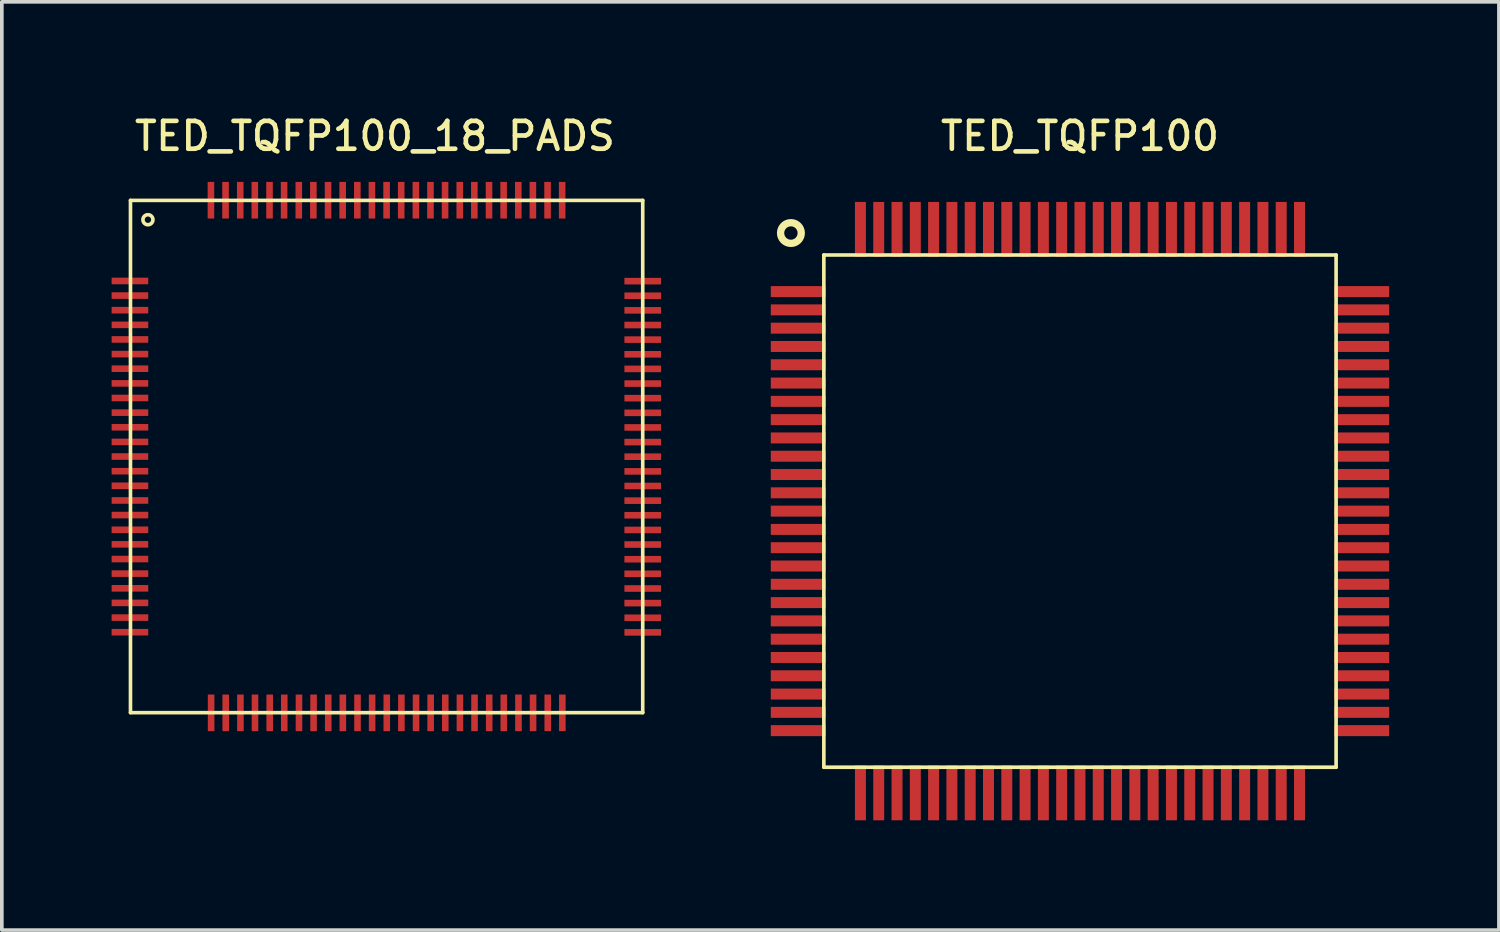
<source format=kicad_pcb>
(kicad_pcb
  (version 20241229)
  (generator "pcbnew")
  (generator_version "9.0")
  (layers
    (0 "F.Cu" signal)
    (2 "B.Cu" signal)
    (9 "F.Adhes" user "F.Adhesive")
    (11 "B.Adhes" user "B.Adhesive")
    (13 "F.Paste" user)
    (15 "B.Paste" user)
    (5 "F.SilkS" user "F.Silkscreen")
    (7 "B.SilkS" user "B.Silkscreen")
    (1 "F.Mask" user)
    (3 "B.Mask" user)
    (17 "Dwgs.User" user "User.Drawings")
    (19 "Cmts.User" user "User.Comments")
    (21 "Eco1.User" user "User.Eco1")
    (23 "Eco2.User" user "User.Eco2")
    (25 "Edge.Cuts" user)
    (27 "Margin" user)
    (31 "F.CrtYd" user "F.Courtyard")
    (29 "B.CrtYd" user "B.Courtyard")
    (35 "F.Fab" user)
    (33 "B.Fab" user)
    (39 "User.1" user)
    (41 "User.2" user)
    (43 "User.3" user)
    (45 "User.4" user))
  (footprint "TED_TQFP100"
    (layer "F.Cu")
    (at 26.466 10.919)
    (property "Reference" "TED_TQFP100" (at 0 -10.25 0) (layer "F.SilkS") (effects (font (size 0.762 0.762) (thickness 0.127))))
    (attr smd)
    (fp_line (start -7 -7) (end 7 -7) (stroke (width 0.099) (type solid)) (layer "F.SilkS"))
    (fp_line (start -7 7) (end -7 -7) (stroke (width 0.099) (type solid)) (layer "F.SilkS"))
    (fp_line (start 7 -7) (end 7 7) (stroke (width 0.099) (type solid)) (layer "F.SilkS"))
    (fp_line (start 7 7) (end -7 7) (stroke (width 0.099) (type solid)) (layer "F.SilkS"))
    (fp_circle (center -7.9 -7.6) (end -7.7 -7.4) (stroke (width 0.2) (type solid)) (fill no) (layer "F.SilkS"))
    (pad "1" smd rect (at -7.7 -6) (size 1.5 0.3) (layers "F.Cu" "F.Mask" "F.Paste"))
    (pad "2" smd rect (at -7.7 -5.5) (size 1.5 0.3) (layers "F.Cu" "F.Mask" "F.Paste"))
    (pad "3" smd rect (at -7.7 -5) (size 1.5 0.3) (layers "F.Cu" "F.Mask" "F.Paste"))
    (pad "4" smd rect (at -7.7 -4.5) (size 1.5 0.3) (layers "F.Cu" "F.Mask" "F.Paste"))
    (pad "5" smd rect (at -7.7 -4) (size 1.5 0.3) (layers "F.Cu" "F.Mask" "F.Paste"))
    (pad "6" smd rect (at -7.7 -3.5) (size 1.5 0.3) (layers "F.Cu" "F.Mask" "F.Paste"))
    (pad "7" smd rect (at -7.7 -3) (size 1.5 0.3) (layers "F.Cu" "F.Mask" "F.Paste"))
    (pad "8" smd rect (at -7.7 -2.5) (size 1.5 0.3) (layers "F.Cu" "F.Mask" "F.Paste"))
    (pad "9" smd rect (at -7.7 -2) (size 1.5 0.3) (layers "F.Cu" "F.Mask" "F.Paste"))
    (pad "10" smd rect (at -7.7 -1.5) (size 1.5 0.3) (layers "F.Cu" "F.Mask" "F.Paste"))
    (pad "11" smd rect (at -7.7 -1) (size 1.5 0.3) (layers "F.Cu" "F.Mask" "F.Paste"))
    (pad "12" smd rect (at -7.7 -0.5) (size 1.5 0.3) (layers "F.Cu" "F.Mask" "F.Paste"))
    (pad "13" smd rect (at -7.7 0) (size 1.5 0.3) (layers "F.Cu" "F.Mask" "F.Paste"))
    (pad "14" smd rect (at -7.7 0.5) (size 1.5 0.3) (layers "F.Cu" "F.Mask" "F.Paste"))
    (pad "15" smd rect (at -7.7 1) (size 1.5 0.3) (layers "F.Cu" "F.Mask" "F.Paste"))
    (pad "16" smd rect (at -7.7 1.5) (size 1.5 0.3) (layers "F.Cu" "F.Mask" "F.Paste"))
    (pad "17" smd rect (at -7.7 2) (size 1.5 0.3) (layers "F.Cu" "F.Mask" "F.Paste"))
    (pad "18" smd rect (at -7.7 2.5) (size 1.5 0.3) (layers "F.Cu" "F.Mask" "F.Paste"))
    (pad "19" smd rect (at -7.7 3) (size 1.5 0.3) (layers "F.Cu" "F.Mask" "F.Paste"))
    (pad "20" smd rect (at -7.7 3.5) (size 1.5 0.3) (layers "F.Cu" "F.Mask" "F.Paste"))
    (pad "21" smd rect (at -7.7 4) (size 1.5 0.3) (layers "F.Cu" "F.Mask" "F.Paste"))
    (pad "22" smd rect (at -7.7 4.5) (size 1.5 0.3) (layers "F.Cu" "F.Mask" "F.Paste"))
    (pad "23" smd rect (at -7.7 5) (size 1.5 0.3) (layers "F.Cu" "F.Mask" "F.Paste"))
    (pad "24" smd rect (at -7.7 5.5) (size 1.5 0.3) (layers "F.Cu" "F.Mask" "F.Paste"))
    (pad "25" smd rect (at -7.7 6) (size 1.5 0.3) (layers "F.Cu" "F.Mask" "F.Paste"))
    (pad "26" smd rect (at -6 7.7) (size 0.3 1.5) (layers "F.Cu" "F.Mask" "F.Paste"))
    (pad "27" smd rect (at -5.5 7.7) (size 0.3 1.5) (layers "F.Cu" "F.Mask" "F.Paste"))
    (pad "28" smd rect (at -5 7.7) (size 0.3 1.5) (layers "F.Cu" "F.Mask" "F.Paste"))
    (pad "29" smd rect (at -4.5 7.7) (size 0.3 1.5) (layers "F.Cu" "F.Mask" "F.Paste"))
    (pad "30" smd rect (at -4 7.7) (size 0.3 1.5) (layers "F.Cu" "F.Mask" "F.Paste"))
    (pad "31" smd rect (at -3.5 7.7) (size 0.3 1.5) (layers "F.Cu" "F.Mask" "F.Paste"))
    (pad "32" smd rect (at -3 7.7) (size 0.3 1.5) (layers "F.Cu" "F.Mask" "F.Paste"))
    (pad "33" smd rect (at -2.5 7.7) (size 0.3 1.5) (layers "F.Cu" "F.Mask" "F.Paste"))
    (pad "34" smd rect (at -2 7.7) (size 0.3 1.5) (layers "F.Cu" "F.Mask" "F.Paste"))
    (pad "35" smd rect (at -1.5 7.7) (size 0.3 1.5) (layers "F.Cu" "F.Mask" "F.Paste"))
    (pad "36" smd rect (at -1 7.7) (size 0.3 1.5) (layers "F.Cu" "F.Mask" "F.Paste"))
    (pad "37" smd rect (at -0.5 7.7) (size 0.3 1.5) (layers "F.Cu" "F.Mask" "F.Paste"))
    (pad "38" smd rect (at 0 7.7) (size 0.3 1.5) (layers "F.Cu" "F.Mask" "F.Paste"))
    (pad "39" smd rect (at 0.5 7.7) (size 0.3 1.5) (layers "F.Cu" "F.Mask" "F.Paste"))
    (pad "40" smd rect (at 1 7.7) (size 0.3 1.5) (layers "F.Cu" "F.Mask" "F.Paste"))
    (pad "41" smd rect (at 1.5 7.7) (size 0.3 1.5) (layers "F.Cu" "F.Mask" "F.Paste"))
    (pad "42" smd rect (at 2 7.7) (size 0.3 1.5) (layers "F.Cu" "F.Mask" "F.Paste"))
    (pad "43" smd rect (at 2.5 7.7) (size 0.3 1.5) (layers "F.Cu" "F.Mask" "F.Paste"))
    (pad "44" smd rect (at 3 7.7) (size 0.3 1.5) (layers "F.Cu" "F.Mask" "F.Paste"))
    (pad "45" smd rect (at 3.5 7.7) (size 0.3 1.5) (layers "F.Cu" "F.Mask" "F.Paste"))
    (pad "46" smd rect (at 4 7.7) (size 0.3 1.5) (layers "F.Cu" "F.Mask" "F.Paste"))
    (pad "47" smd rect (at 4.5 7.7) (size 0.3 1.5) (layers "F.Cu" "F.Mask" "F.Paste"))
    (pad "48" smd rect (at 5 7.7) (size 0.3 1.5) (layers "F.Cu" "F.Mask" "F.Paste"))
    (pad "49" smd rect (at 5.5 7.7) (size 0.3 1.5) (layers "F.Cu" "F.Mask" "F.Paste"))
    (pad "50" smd rect (at 6 7.7) (size 0.3 1.5) (layers "F.Cu" "F.Mask" "F.Paste"))
    (pad "51" smd rect (at 7.7 6) (size 1.5 0.3) (layers "F.Cu" "F.Mask" "F.Paste"))
    (pad "52" smd rect (at 7.7 5.5) (size 1.5 0.3) (layers "F.Cu" "F.Mask" "F.Paste"))
    (pad "53" smd rect (at 7.7 5) (size 1.5 0.3) (layers "F.Cu" "F.Mask" "F.Paste"))
    (pad "54" smd rect (at 7.7 4.5) (size 1.5 0.3) (layers "F.Cu" "F.Mask" "F.Paste"))
    (pad "55" smd rect (at 7.7 4) (size 1.5 0.3) (layers "F.Cu" "F.Mask" "F.Paste"))
    (pad "56" smd rect (at 7.7 3.5) (size 1.5 0.3) (layers "F.Cu" "F.Mask" "F.Paste"))
    (pad "57" smd rect (at 7.7 3) (size 1.5 0.3) (layers "F.Cu" "F.Mask" "F.Paste"))
    (pad "58" smd rect (at 7.7 2.5) (size 1.5 0.3) (layers "F.Cu" "F.Mask" "F.Paste"))
    (pad "59" smd rect (at 7.7 2) (size 1.5 0.3) (layers "F.Cu" "F.Mask" "F.Paste"))
    (pad "60" smd rect (at 7.7 1.5) (size 1.5 0.3) (layers "F.Cu" "F.Mask" "F.Paste"))
    (pad "61" smd rect (at 7.7 1) (size 1.5 0.3) (layers "F.Cu" "F.Mask" "F.Paste"))
    (pad "62" smd rect (at 7.7 0.5) (size 1.5 0.3) (layers "F.Cu" "F.Mask" "F.Paste"))
    (pad "63" smd rect (at 7.7 0) (size 1.5 0.3) (layers "F.Cu" "F.Mask" "F.Paste"))
    (pad "64" smd rect (at 7.7 -0.5) (size 1.5 0.3) (layers "F.Cu" "F.Mask" "F.Paste"))
    (pad "65" smd rect (at 7.7 -1) (size 1.5 0.3) (layers "F.Cu" "F.Mask" "F.Paste"))
    (pad "66" smd rect (at 7.7 -1.5) (size 1.5 0.3) (layers "F.Cu" "F.Mask" "F.Paste"))
    (pad "67" smd rect (at 7.7 -2) (size 1.5 0.3) (layers "F.Cu" "F.Mask" "F.Paste"))
    (pad "68" smd rect (at 7.7 -2.5) (size 1.5 0.3) (layers "F.Cu" "F.Mask" "F.Paste"))
    (pad "69" smd rect (at 7.7 -3) (size 1.5 0.3) (layers "F.Cu" "F.Mask" "F.Paste"))
    (pad "70" smd rect (at 7.7 -3.5) (size 1.5 0.3) (layers "F.Cu" "F.Mask" "F.Paste"))
    (pad "71" smd rect (at 7.7 -4) (size 1.5 0.3) (layers "F.Cu" "F.Mask" "F.Paste"))
    (pad "72" smd rect (at 7.7 -4.5) (size 1.5 0.3) (layers "F.Cu" "F.Mask" "F.Paste"))
    (pad "73" smd rect (at 7.7 -5) (size 1.5 0.3) (layers "F.Cu" "F.Mask" "F.Paste"))
    (pad "74" smd rect (at 7.7 -5.5) (size 1.5 0.3) (layers "F.Cu" "F.Mask" "F.Paste"))
    (pad "75" smd rect (at 7.7 -6) (size 1.5 0.3) (layers "F.Cu" "F.Mask" "F.Paste"))
    (pad "76" smd rect (at 6 -7.7) (size 0.3 1.5) (layers "F.Cu" "F.Mask" "F.Paste"))
    (pad "77" smd rect (at 5.5 -7.7) (size 0.3 1.5) (layers "F.Cu" "F.Mask" "F.Paste"))
    (pad "78" smd rect (at 5 -7.7) (size 0.3 1.5) (layers "F.Cu" "F.Mask" "F.Paste"))
    (pad "79" smd rect (at 4.5 -7.7) (size 0.3 1.5) (layers "F.Cu" "F.Mask" "F.Paste"))
    (pad "80" smd rect (at 4 -7.7) (size 0.3 1.5) (layers "F.Cu" "F.Mask" "F.Paste"))
    (pad "81" smd rect (at 3.5 -7.7) (size 0.3 1.5) (layers "F.Cu" "F.Mask" "F.Paste"))
    (pad "82" smd rect (at 3 -7.7) (size 0.3 1.5) (layers "F.Cu" "F.Mask" "F.Paste"))
    (pad "83" smd rect (at 2.5 -7.7) (size 0.3 1.5) (layers "F.Cu" "F.Mask" "F.Paste"))
    (pad "84" smd rect (at 2 -7.7) (size 0.3 1.5) (layers "F.Cu" "F.Mask" "F.Paste"))
    (pad "85" smd rect (at 1.5 -7.7) (size 0.3 1.5) (layers "F.Cu" "F.Mask" "F.Paste"))
    (pad "86" smd rect (at 1 -7.7) (size 0.3 1.5) (layers "F.Cu" "F.Mask" "F.Paste"))
    (pad "87" smd rect (at 0.5 -7.7) (size 0.3 1.5) (layers "F.Cu" "F.Mask" "F.Paste"))
    (pad "88" smd rect (at 0 -7.7) (size 0.3 1.5) (layers "F.Cu" "F.Mask" "F.Paste"))
    (pad "89" smd rect (at -0.5 -7.7) (size 0.3 1.5) (layers "F.Cu" "F.Mask" "F.Paste"))
    (pad "90" smd rect (at -1 -7.7) (size 0.3 1.5) (layers "F.Cu" "F.Mask" "F.Paste"))
    (pad "91" smd rect (at -1.5 -7.7) (size 0.3 1.5) (layers "F.Cu" "F.Mask" "F.Paste"))
    (pad "92" smd rect (at -2 -7.7) (size 0.3 1.5) (layers "F.Cu" "F.Mask" "F.Paste"))
    (pad "93" smd rect (at -2.5 -7.7) (size 0.3 1.5) (layers "F.Cu" "F.Mask" "F.Paste"))
    (pad "94" smd rect (at -3 -7.7) (size 0.3 1.5) (layers "F.Cu" "F.Mask" "F.Paste"))
    (pad "95" smd rect (at -3.5 -7.7) (size 0.3 1.5) (layers "F.Cu" "F.Mask" "F.Paste"))
    (pad "96" smd rect (at -4 -7.7) (size 0.3 1.5) (layers "F.Cu" "F.Mask" "F.Paste"))
    (pad "97" smd rect (at -4.5 -7.7) (size 0.3 1.5) (layers "F.Cu" "F.Mask" "F.Paste"))
    (pad "98" smd rect (at -5 -7.7) (size 0.3 1.5) (layers "F.Cu" "F.Mask" "F.Paste"))
    (pad "99" smd rect (at -5.5 -7.7) (size 0.3 1.5) (layers "F.Cu" "F.Mask" "F.Paste"))
    (pad "100" smd rect (at -6 -7.7) (size 0.3 1.5) (layers "F.Cu" "F.Mask" "F.Paste")))
  (footprint "TED_TQFP100_18_PADS"
    (layer "F.Cu")
    (at 7.516 9.427)
    (property "Reference" "TED_TQFP100_18_PADS" (at -0.32 -8.758 0) (layer "F.SilkS") (effects (font (size 0.762 0.762) (thickness 0.127))))
    (attr smd)
    (fp_line (start -7 -7) (end 7 -7) (stroke (width 0.099) (type solid)) (layer "F.SilkS"))
    (fp_line (start -7 7) (end -7 -7) (stroke (width 0.099) (type solid)) (layer "F.SilkS"))
    (fp_line (start 7 -7) (end 7 7) (stroke (width 0.099) (type solid)) (layer "F.SilkS"))
    (fp_line (start 7 7) (end -7 7) (stroke (width 0.099) (type solid)) (layer "F.SilkS"))
    (fp_circle (center -6.523 -6.472) (end -6.472 -6.345) (stroke (width 0.099) (type solid)) (fill no) (layer "F.SilkS"))
    (pad "1" smd rect (at -7.015 -4.798 90) (size 0.18 1.001) (layers "F.Cu" "F.Mask" "F.Paste"))
    (pad "2" smd rect (at -7.015 -4.399 90) (size 0.18 1.001) (layers "F.Cu" "F.Mask" "F.Paste"))
    (pad "3" smd rect (at -7.015 -4 90) (size 0.18 1.001) (layers "F.Cu" "F.Mask" "F.Paste"))
    (pad "4" smd rect (at -7.015 -3.599 90) (size 0.18 1.001) (layers "F.Cu" "F.Mask" "F.Paste"))
    (pad "5" smd rect (at -7.015 -3.2 90) (size 0.18 1.001) (layers "F.Cu" "F.Mask" "F.Paste"))
    (pad "6" smd rect (at -7.015 -2.799 90) (size 0.18 1.001) (layers "F.Cu" "F.Mask" "F.Paste"))
    (pad "7" smd rect (at -7.015 -2.4 90) (size 0.18 1.001) (layers "F.Cu" "F.Mask" "F.Paste"))
    (pad "8" smd rect (at -7.015 -1.999 90) (size 0.18 1.001) (layers "F.Cu" "F.Mask" "F.Paste"))
    (pad "9" smd rect (at -7.015 -1.6 90) (size 0.18 1.001) (layers "F.Cu" "F.Mask" "F.Paste"))
    (pad "10" smd rect (at -7.015 -1.199 90) (size 0.18 1.001) (layers "F.Cu" "F.Mask" "F.Paste"))
    (pad "11" smd rect (at -7.015 -0.8 90) (size 0.18 1.001) (layers "F.Cu" "F.Mask" "F.Paste"))
    (pad "12" smd rect (at -7.015 -0.399 90) (size 0.18 1.001) (layers "F.Cu" "F.Mask" "F.Paste"))
    (pad "13" smd rect (at -7.015 0 90) (size 0.18 1.001) (layers "F.Cu" "F.Mask" "F.Paste"))
    (pad "14" smd rect (at -7.015 0.401 90) (size 0.18 1.001) (layers "F.Cu" "F.Mask" "F.Paste"))
    (pad "15" smd rect (at -7.015 0.8 90) (size 0.18 1.001) (layers "F.Cu" "F.Mask" "F.Paste"))
    (pad "16" smd rect (at -7.015 1.201 90) (size 0.18 1.001) (layers "F.Cu" "F.Mask" "F.Paste"))
    (pad "17" smd rect (at -7.015 1.6 90) (size 0.18 1.001) (layers "F.Cu" "F.Mask" "F.Paste"))
    (pad "18" smd rect (at -7.015 2.002 90) (size 0.18 1.001) (layers "F.Cu" "F.Mask" "F.Paste"))
    (pad "19" smd rect (at -7.015 2.4 90) (size 0.18 1.001) (layers "F.Cu" "F.Mask" "F.Paste"))
    (pad "20" smd rect (at -7.015 2.802 90) (size 0.18 1.001) (layers "F.Cu" "F.Mask" "F.Paste"))
    (pad "21" smd rect (at -7.015 3.2 90) (size 0.18 1.001) (layers "F.Cu" "F.Mask" "F.Paste"))
    (pad "22" smd rect (at -7.015 3.602 90) (size 0.18 1.001) (layers "F.Cu" "F.Mask" "F.Paste"))
    (pad "23" smd rect (at -7.015 4 90) (size 0.18 1.001) (layers "F.Cu" "F.Mask" "F.Paste"))
    (pad "24" smd rect (at -7.015 4.402 90) (size 0.18 1.001) (layers "F.Cu" "F.Mask" "F.Paste"))
    (pad "25" smd rect (at -7.015 4.801 90) (size 0.18 1.001) (layers "F.Cu" "F.Mask" "F.Paste"))
    (pad "26" smd rect (at -4.796 7.005 180) (size 0.18 1.001) (layers "F.Cu" "F.Mask" "F.Paste"))
    (pad "27" smd rect (at -4.397 7.005 180) (size 0.18 1.001) (layers "F.Cu" "F.Mask" "F.Paste"))
    (pad "28" smd rect (at -3.995 7.005 180) (size 0.18 1.001) (layers "F.Cu" "F.Mask" "F.Paste"))
    (pad "29" smd rect (at -3.597 7.005 180) (size 0.18 1.001) (layers "F.Cu" "F.Mask" "F.Paste"))
    (pad "30" smd rect (at -3.195 7.005 180) (size 0.18 1.001) (layers "F.Cu" "F.Mask" "F.Paste"))
    (pad "31" smd rect (at -2.797 7.005 180) (size 0.18 1.001) (layers "F.Cu" "F.Mask" "F.Paste"))
    (pad "32" smd rect (at -2.395 7.005 180) (size 0.18 1.001) (layers "F.Cu" "F.Mask" "F.Paste"))
    (pad "33" smd rect (at -1.996 7.005 180) (size 0.18 1.001) (layers "F.Cu" "F.Mask" "F.Paste"))
    (pad "34" smd rect (at -1.595 7.005 180) (size 0.18 1.001) (layers "F.Cu" "F.Mask" "F.Paste"))
    (pad "35" smd rect (at -1.196 7.005 180) (size 0.18 1.001) (layers "F.Cu" "F.Mask" "F.Paste"))
    (pad "36" smd rect (at -0.795 7.005 180) (size 0.18 1.001) (layers "F.Cu" "F.Mask" "F.Paste"))
    (pad "37" smd rect (at -0.396 7.005 180) (size 0.18 1.001) (layers "F.Cu" "F.Mask" "F.Paste"))
    (pad "38" smd rect (at 0.005 7.005 180) (size 0.18 1.001) (layers "F.Cu" "F.Mask" "F.Paste"))
    (pad "39" smd rect (at 0.404 7.005 180) (size 0.18 1.001) (layers "F.Cu" "F.Mask" "F.Paste"))
    (pad "40" smd rect (at 0.805 7.005 180) (size 0.18 1.001) (layers "F.Cu" "F.Mask" "F.Paste"))
    (pad "41" smd rect (at 1.204 7.005 180) (size 0.18 1.001) (layers "F.Cu" "F.Mask" "F.Paste"))
    (pad "42" smd rect (at 1.603 7.005 180) (size 0.18 1.001) (layers "F.Cu" "F.Mask" "F.Paste"))
    (pad "43" smd rect (at 2.004 7.005 180) (size 0.18 1.001) (layers "F.Cu" "F.Mask" "F.Paste"))
    (pad "44" smd rect (at 2.403 7.005 180) (size 0.18 1.001) (layers "F.Cu" "F.Mask" "F.Paste"))
    (pad "45" smd rect (at 2.804 7.005 180) (size 0.18 1.001) (layers "F.Cu" "F.Mask" "F.Paste"))
    (pad "46" smd rect (at 3.203 7.005 180) (size 0.18 1.001) (layers "F.Cu" "F.Mask" "F.Paste"))
    (pad "47" smd rect (at 3.604 7.005 180) (size 0.18 1.001) (layers "F.Cu" "F.Mask" "F.Paste"))
    (pad "48" smd rect (at 4.003 7.005 180) (size 0.18 1.001) (layers "F.Cu" "F.Mask" "F.Paste"))
    (pad "49" smd rect (at 4.404 7.005 180) (size 0.18 1.001) (layers "F.Cu" "F.Mask" "F.Paste"))
    (pad "50" smd rect (at 4.803 7.005 180) (size 0.18 1.001) (layers "F.Cu" "F.Mask" "F.Paste"))
    (pad "51" smd rect (at 7 4.806 90) (size 0.18 1.001) (layers "F.Cu" "F.Mask" "F.Paste"))
    (pad "52" smd rect (at 7 4.407 90) (size 0.18 1.001) (layers "F.Cu" "F.Mask" "F.Paste"))
    (pad "53" smd rect (at 7 4.006 90) (size 0.18 1.001) (layers "F.Cu" "F.Mask" "F.Paste"))
    (pad "54" smd rect (at 7 3.607 90) (size 0.18 1.001) (layers "F.Cu" "F.Mask" "F.Paste"))
    (pad "55" smd rect (at 7 3.205 90) (size 0.18 1.001) (layers "F.Cu" "F.Mask" "F.Paste"))
    (pad "56" smd rect (at 7 2.807 90) (size 0.18 1.001) (layers "F.Cu" "F.Mask" "F.Paste"))
    (pad "57" smd rect (at 7 2.405 90) (size 0.18 1.001) (layers "F.Cu" "F.Mask" "F.Paste"))
    (pad "58" smd rect (at 7 2.007 90) (size 0.18 1.001) (layers "F.Cu" "F.Mask" "F.Paste"))
    (pad "59" smd rect (at 7 1.605 90) (size 0.18 1.001) (layers "F.Cu" "F.Mask" "F.Paste"))
    (pad "60" smd rect (at 7 1.206 90) (size 0.18 1.001) (layers "F.Cu" "F.Mask" "F.Paste"))
    (pad "61" smd rect (at 7 0.805 90) (size 0.18 1.001) (layers "F.Cu" "F.Mask" "F.Paste"))
    (pad "62" smd rect (at 7 0.406 90) (size 0.18 1.001) (layers "F.Cu" "F.Mask" "F.Paste"))
    (pad "63" smd rect (at 7 0.005 90) (size 0.18 1.001) (layers "F.Cu" "F.Mask" "F.Paste"))
    (pad "64" smd rect (at 7 -0.394 90) (size 0.18 1.001) (layers "F.Cu" "F.Mask" "F.Paste"))
    (pad "65" smd rect (at 7 -0.795 90) (size 0.18 1.001) (layers "F.Cu" "F.Mask" "F.Paste"))
    (pad "66" smd rect (at 7 -1.194 90) (size 0.18 1.001) (layers "F.Cu" "F.Mask" "F.Paste"))
    (pad "67" smd rect (at 7 -1.595 90) (size 0.18 1.001) (layers "F.Cu" "F.Mask" "F.Paste"))
    (pad "68" smd rect (at 7 -1.994 90) (size 0.18 1.001) (layers "F.Cu" "F.Mask" "F.Paste"))
    (pad "69" smd rect (at 7 -2.395 90) (size 0.18 1.001) (layers "F.Cu" "F.Mask" "F.Paste"))
    (pad "70" smd rect (at 7 -2.794 90) (size 0.18 1.001) (layers "F.Cu" "F.Mask" "F.Paste"))
    (pad "71" smd rect (at 7 -3.195 90) (size 0.18 1.001) (layers "F.Cu" "F.Mask" "F.Paste"))
    (pad "72" smd rect (at 7 -3.594 90) (size 0.18 1.001) (layers "F.Cu" "F.Mask" "F.Paste"))
    (pad "73" smd rect (at 7 -3.995 90) (size 0.18 1.001) (layers "F.Cu" "F.Mask" "F.Paste"))
    (pad "74" smd rect (at 7 -4.394 90) (size 0.18 1.001) (layers "F.Cu" "F.Mask" "F.Paste"))
    (pad "75" smd rect (at 7 -4.793 90) (size 0.18 1.001) (layers "F.Cu" "F.Mask" "F.Paste"))
    (pad "76" smd rect (at 4.798 -7.005 180) (size 0.18 1.001) (layers "F.Cu" "F.Mask" "F.Paste"))
    (pad "77" smd rect (at 4.399 -7.005 180) (size 0.18 1.001) (layers "F.Cu" "F.Mask" "F.Paste"))
    (pad "78" smd rect (at 3.998 -7.005 180) (size 0.18 1.001) (layers "F.Cu" "F.Mask" "F.Paste"))
    (pad "79" smd rect (at 3.599 -7.005 180) (size 0.18 1.001) (layers "F.Cu" "F.Mask" "F.Paste"))
    (pad "80" smd rect (at 3.198 -7.005 180) (size 0.18 1.001) (layers "F.Cu" "F.Mask" "F.Paste"))
    (pad "81" smd rect (at 2.799 -7.005 180) (size 0.18 1.001) (layers "F.Cu" "F.Mask" "F.Paste"))
    (pad "82" smd rect (at 2.398 -7.005 180) (size 0.18 1.001) (layers "F.Cu" "F.Mask" "F.Paste"))
    (pad "83" smd rect (at 1.999 -7.005 180) (size 0.18 1.001) (layers "F.Cu" "F.Mask" "F.Paste"))
    (pad "84" smd rect (at 1.598 -7.005 180) (size 0.18 1.001) (layers "F.Cu" "F.Mask" "F.Paste"))
    (pad "85" smd rect (at 1.199 -7.005 180) (size 0.18 1.001) (layers "F.Cu" "F.Mask" "F.Paste"))
    (pad "86" smd rect (at 0.8 -7.005 180) (size 0.18 1.001) (layers "F.Cu" "F.Mask" "F.Paste"))
    (pad "87" smd rect (at 0.399 -7.005 180) (size 0.18 1.001) (layers "F.Cu" "F.Mask" "F.Paste"))
    (pad "88" smd rect (at 0 -7.005 180) (size 0.18 1.001) (layers "F.Cu" "F.Mask" "F.Paste"))
    (pad "89" smd rect (at -0.401 -7.005 180) (size 0.18 1.001) (layers "F.Cu" "F.Mask" "F.Paste"))
    (pad "90" smd rect (at -0.8 -7.005 180) (size 0.18 1.001) (layers "F.Cu" "F.Mask" "F.Paste"))
    (pad "91" smd rect (at -1.201 -7.005 180) (size 0.18 1.001) (layers "F.Cu" "F.Mask" "F.Paste"))
    (pad "92" smd rect (at -1.6 -7.005 180) (size 0.18 1.001) (layers "F.Cu" "F.Mask" "F.Paste"))
    (pad "93" smd rect (at -2.002 -7.005 180) (size 0.18 1.001) (layers "F.Cu" "F.Mask" "F.Paste"))
    (pad "94" smd rect (at -2.4 -7.005 180) (size 0.18 1.001) (layers "F.Cu" "F.Mask" "F.Paste"))
    (pad "95" smd rect (at -2.802 -7.005 180) (size 0.18 1.001) (layers "F.Cu" "F.Mask" "F.Paste"))
    (pad "96" smd rect (at -3.2 -7.005 180) (size 0.18 1.001) (layers "F.Cu" "F.Mask" "F.Paste"))
    (pad "97" smd rect (at -3.602 -7.005 180) (size 0.18 1.001) (layers "F.Cu" "F.Mask" "F.Paste"))
    (pad "98" smd rect (at -4 -7.005 180) (size 0.18 1.001) (layers "F.Cu" "F.Mask" "F.Paste"))
    (pad "99" smd rect (at -4.402 -7.005 180) (size 0.18 1.001) (layers "F.Cu" "F.Mask" "F.Paste"))
    (pad "100" smd rect (at -4.801 -7.005 180) (size 0.18 1.001) (layers "F.Cu" "F.Mask" "F.Paste")))
  (gr_rect
    (start -3 -3)
    (end 37.916 22.369)
    (stroke (width 0.1) (type default))
    (fill no)
    (layer "Edge.Cuts")))
</source>
